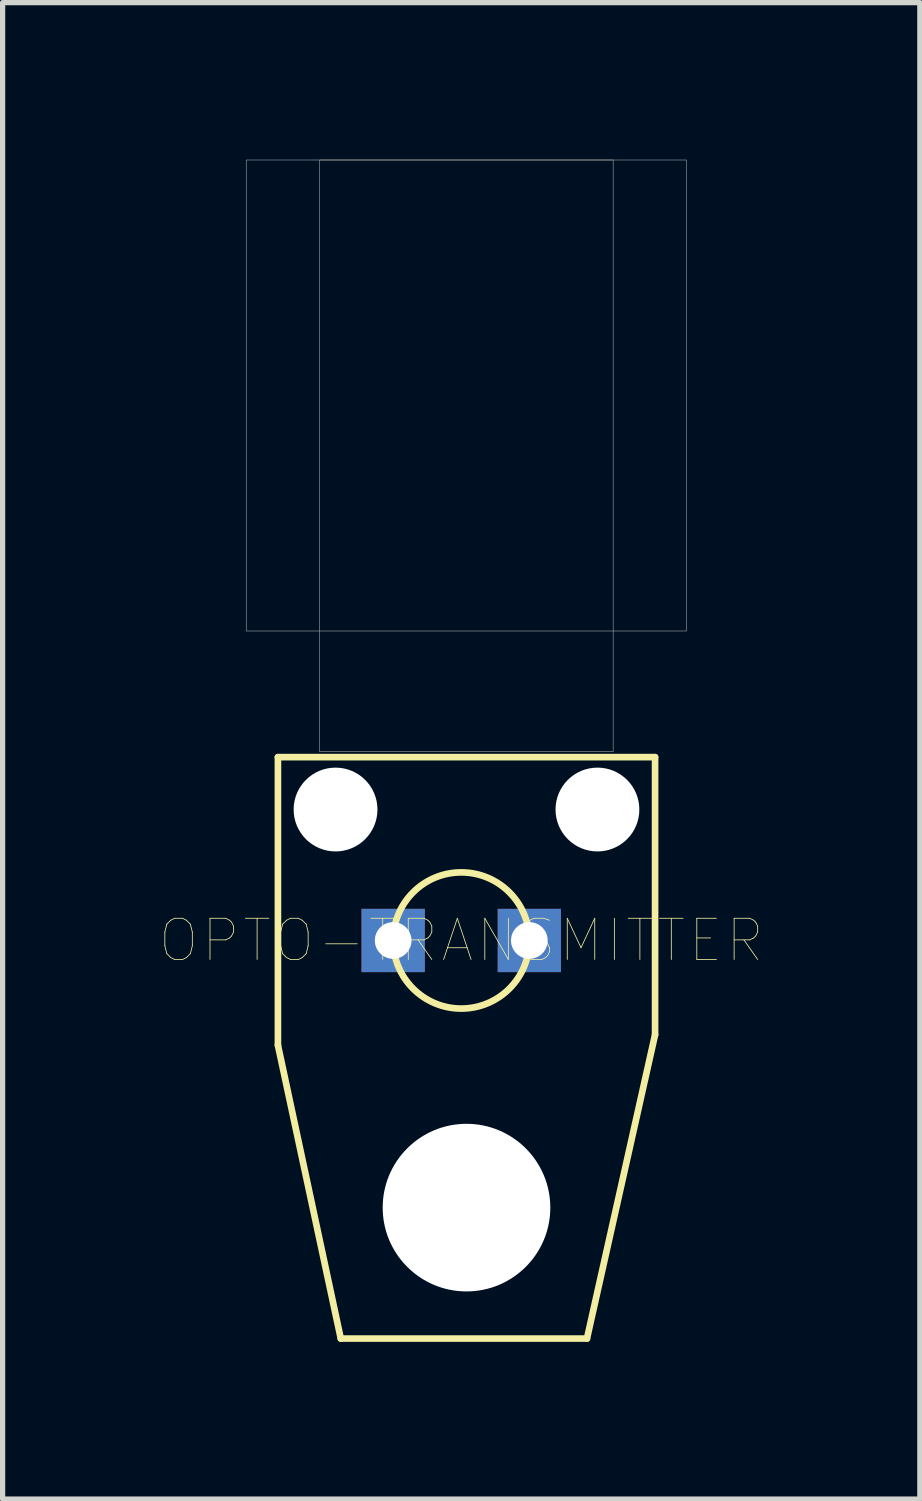
<source format=kicad_pcb>
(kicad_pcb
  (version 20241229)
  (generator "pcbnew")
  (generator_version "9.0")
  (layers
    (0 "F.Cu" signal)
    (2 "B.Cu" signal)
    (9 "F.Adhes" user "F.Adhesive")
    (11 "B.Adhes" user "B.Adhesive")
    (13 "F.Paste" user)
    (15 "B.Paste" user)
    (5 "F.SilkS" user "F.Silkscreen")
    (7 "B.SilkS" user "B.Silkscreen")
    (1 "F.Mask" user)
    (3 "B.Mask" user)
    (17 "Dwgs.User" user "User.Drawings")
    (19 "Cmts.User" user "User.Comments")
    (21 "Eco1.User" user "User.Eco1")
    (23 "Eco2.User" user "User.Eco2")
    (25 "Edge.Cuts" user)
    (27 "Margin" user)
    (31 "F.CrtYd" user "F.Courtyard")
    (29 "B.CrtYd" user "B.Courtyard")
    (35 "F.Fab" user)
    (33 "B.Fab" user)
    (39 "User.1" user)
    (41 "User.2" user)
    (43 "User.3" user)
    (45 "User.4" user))
  (footprint "OPTO-TRANSMITTER"
    (layer "F.Cu")
    (at 5.756 14.905)
    (property "Reference" "OPTO-TRANSMITTER" (at 0 0 0) (layer "F.SilkS") (effects (font (size 0.787 0.787) (thickness 0.015))))
    (attr through_hole)
    (fp_line (start -3.5 -3.5) (end -3.5 2) (stroke (width 0.127) (type solid)) (layer "F.SilkS"))
    (fp_line (start -3.5 -3.5) (end 3.7 -3.5) (stroke (width 0.127) (type solid)) (layer "F.SilkS"))
    (fp_line (start -3.5 2) (end -2.3 7.6) (stroke (width 0.127) (type solid)) (layer "F.SilkS"))
    (fp_line (start -2.3 7.6) (end 2.4 7.6) (stroke (width 0.127) (type solid)) (layer "F.SilkS"))
    (fp_line (start 2.4 7.6) (end 3.7 1.8) (stroke (width 0.127) (type solid)) (layer "F.SilkS"))
    (fp_line (start 3.7 -3.5) (end 3.7 1.8) (stroke (width 0.127) (type solid)) (layer "F.SilkS"))
    (fp_circle (center 0 0) (end 1.3 0) (stroke (width 0.127) (type solid)) (fill no) (layer "F.SilkS"))
    (fp_poly (pts (xy -4.105 -14.9) (xy 4.3 -14.9) (xy 4.3 -5.908) (xy -4.105 -5.908)) (stroke (width 0.01) (type solid)) (fill no) (layer "F.Fab"))
    (fp_poly (pts (xy -2.702 -14.9) (xy 2.9 -14.9) (xy 2.9 -3.603) (xy -2.702 -3.603)) (stroke (width 0.01) (type solid)) (fill no) (layer "F.Fab"))
    (pad "" np_thru_hole circle (at -2.4 -2.5) (size 1.6 1.6) (drill 1.6) (layers "*.Cu" "*.Mask"))
    (pad "" np_thru_hole circle (at 0.1 5.1) (size 3.2 3.2) (drill 3.2) (layers "*.Cu" "*.Mask"))
    (pad "" np_thru_hole circle (at 2.6 -2.5) (size 1.6 1.6) (drill 1.6) (layers "*.Cu" "*.Mask"))
    (pad "P$1" thru_hole rect (at 1.3 0) (size 1.208 1.208) (drill 0.7) (layers "*.Cu" "*.Mask"))
    (pad "P$2" thru_hole rect (at -1.3 0) (size 1.208 1.208) (drill 0.7) (layers "*.Cu" "*.Mask")))
  (gr_rect
    (start -3 -3)
    (end 14.511 25.569)
    (stroke (width 0.1) (type default))
    (fill no)
    (layer "Edge.Cuts")))
</source>
